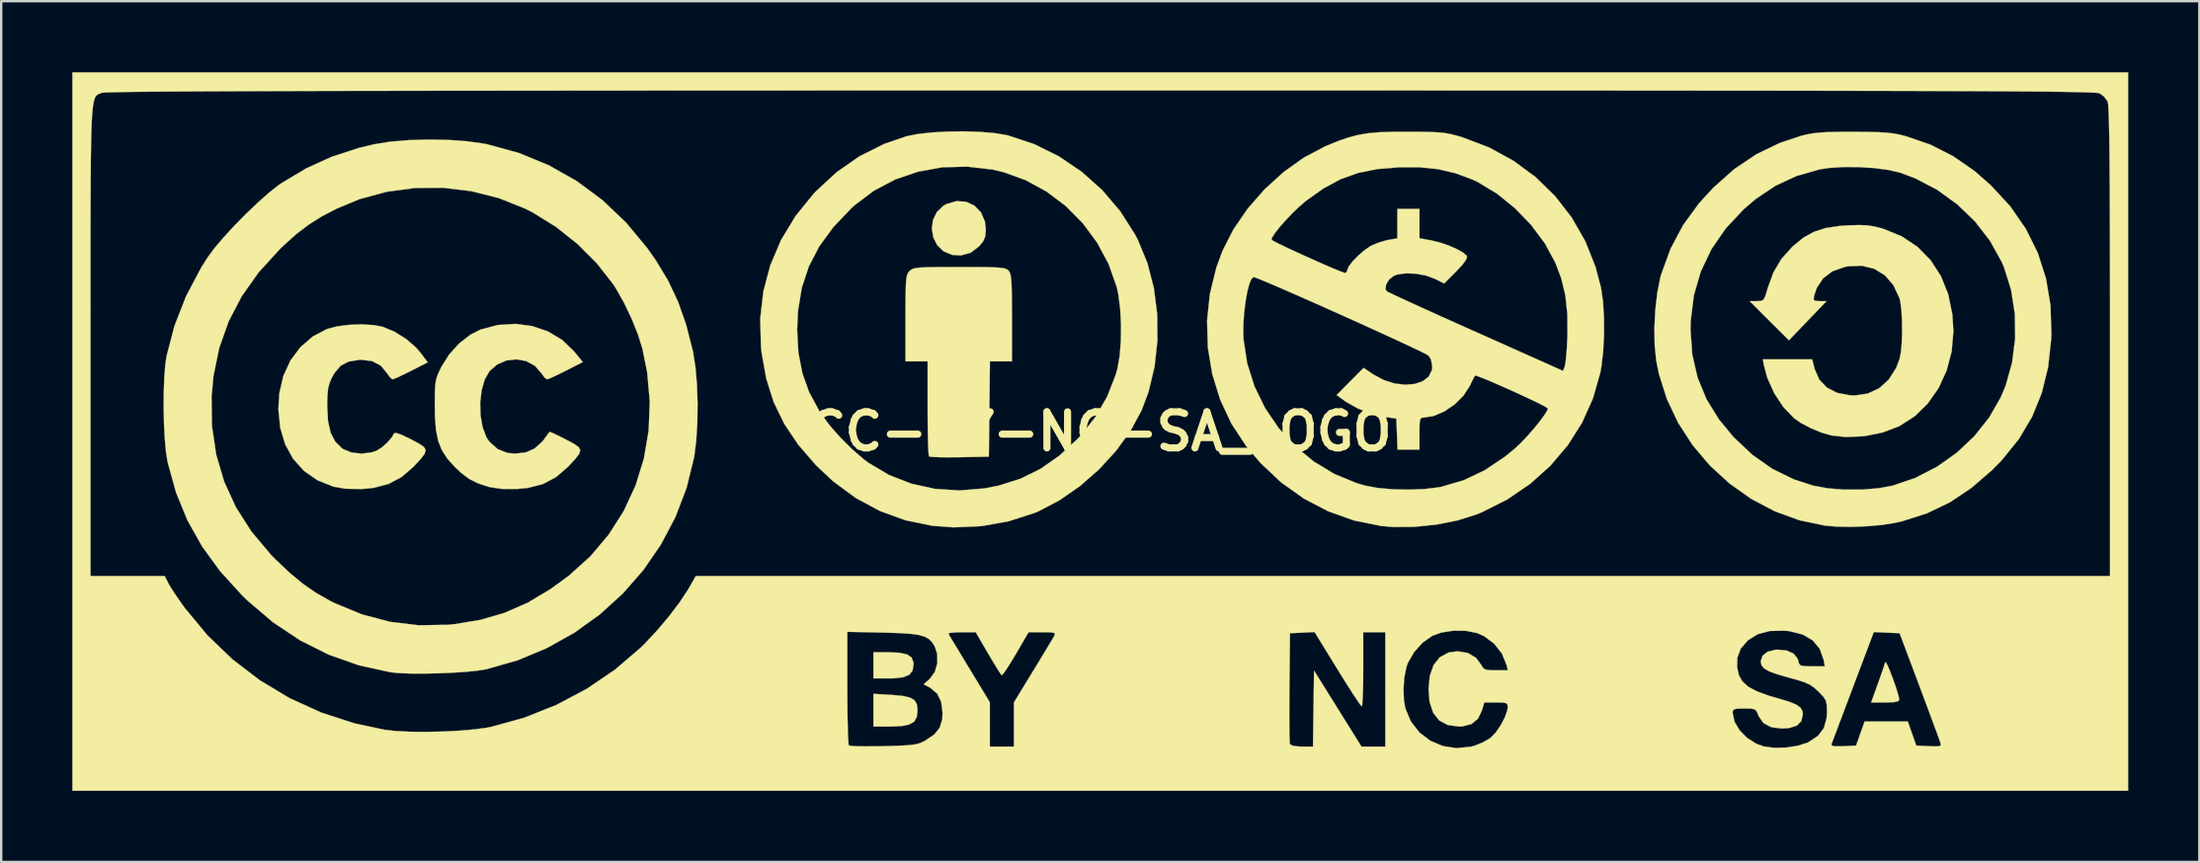
<source format=kicad_pcb>
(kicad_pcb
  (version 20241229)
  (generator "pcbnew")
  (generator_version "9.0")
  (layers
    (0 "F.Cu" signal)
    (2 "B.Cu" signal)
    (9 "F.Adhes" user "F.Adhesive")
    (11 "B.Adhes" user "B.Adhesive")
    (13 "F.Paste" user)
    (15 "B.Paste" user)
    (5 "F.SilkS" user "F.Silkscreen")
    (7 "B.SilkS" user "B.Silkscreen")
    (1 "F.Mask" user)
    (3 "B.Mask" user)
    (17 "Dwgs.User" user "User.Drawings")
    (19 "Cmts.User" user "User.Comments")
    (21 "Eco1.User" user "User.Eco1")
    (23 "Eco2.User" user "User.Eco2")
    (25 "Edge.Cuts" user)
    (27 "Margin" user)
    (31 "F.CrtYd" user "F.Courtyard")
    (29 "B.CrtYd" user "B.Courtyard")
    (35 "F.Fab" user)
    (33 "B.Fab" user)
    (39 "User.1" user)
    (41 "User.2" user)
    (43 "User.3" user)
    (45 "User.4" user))
  (footprint "CC-BY-NC-SA_LOGO"
    (layer "F.Cu")
    (at 43.354 15.16)
    (property "Reference" "CC-BY-NC-SA_LOGO" (at 0 0 0) (layer "F.SilkS") (effects (font (size 1.524 1.524) (thickness 0.3))))
    (attr through_hole)
    (fp_poly (pts (xy -8.452 9.335) (xy -8.141 9.407) (xy -7.956 9.538) (xy -7.879 9.738) (xy -7.874 9.826) (xy -7.916 10.085) (xy -8.053 10.262) (xy -8.307 10.366) (xy -8.697 10.411) (xy -8.89 10.414) (xy -9.567 10.414) (xy -9.567 9.313) (xy -8.909 9.313) (xy -8.452 9.335)) (stroke (width 0.01) (type solid)) (fill yes) (layer "F.SilkS"))
    (fp_poly (pts (xy -8.802 11.111) (xy -8.342 11.153) (xy -8.026 11.225) (xy -7.831 11.341) (xy -7.732 11.516) (xy -7.706 11.761) (xy -7.738 12.04) (xy -7.845 12.235) (xy -8.05 12.359) (xy -8.375 12.425) (xy -8.843 12.446) (xy -8.884 12.446) (xy -9.567 12.446) (xy -9.567 11.068) (xy -8.802 11.111)) (stroke (width 0.01) (type solid)) (fill yes) (layer "F.SilkS"))
    (fp_poly (pts (xy 33.136 9.738) (xy 33.203 9.865) (xy 33.297 10.083) (xy 33.403 10.357) (xy 33.51 10.652) (xy 33.603 10.933) (xy 33.67 11.164) (xy 33.697 11.312) (xy 33.697 11.318) (xy 33.646 11.381) (xy 33.476 11.417) (xy 33.164 11.43) (xy 33.106 11.43) (xy 32.514 11.43) (xy 32.81 10.604) (xy 32.932 10.258) (xy 33.031 9.974) (xy 33.092 9.789) (xy 33.107 9.737) (xy 33.136 9.738)) (stroke (width 0.01) (type solid)) (fill yes) (layer "F.SilkS"))
    (fp_poly (pts (xy -5.654 -9.695) (xy -5.304 -9.53) (xy -5.032 -9.248) (xy -4.866 -8.866) (xy -4.826 -8.529) (xy -4.849 -8.241) (xy -4.941 -8.024) (xy -5.101 -7.826) (xy -5.459 -7.55) (xy -5.874 -7.432) (xy -6.248 -7.456) (xy -6.611 -7.608) (xy -6.877 -7.866) (xy -7.042 -8.196) (xy -7.102 -8.561) (xy -7.053 -8.929) (xy -6.891 -9.263) (xy -6.613 -9.529) (xy -6.484 -9.601) (xy -6.056 -9.724) (xy -5.654 -9.695)) (stroke (width 0.01) (type solid)) (fill yes) (layer "F.SilkS"))
    (fp_poly (pts (xy -5.314 -6.942) (xy -4.836 -6.938) (xy -4.483 -6.929) (xy -4.234 -6.914) (xy -4.067 -6.891) (xy -3.961 -6.858) (xy -3.892 -6.814) (xy -3.865 -6.788) (xy -3.819 -6.717) (xy -3.783 -6.607) (xy -3.758 -6.435) (xy -3.741 -6.179) (xy -3.731 -5.817) (xy -3.726 -5.327) (xy -3.725 -4.798) (xy -3.725 -2.963) (xy -4.654 -2.963) (xy -4.699 1.058) (xy -5.932 1.082) (xy -6.372 1.086) (xy -6.752 1.083) (xy -7.038 1.072) (xy -7.2 1.055) (xy -7.223 1.046) (xy -7.239 0.949) (xy -7.254 0.706) (xy -7.266 0.342) (xy -7.275 -0.117) (xy -7.28 -0.648) (xy -7.281 -0.988) (xy -7.281 -2.963) (xy -8.213 -2.963) (xy -8.213 -4.784) (xy -8.212 -5.387) (xy -8.208 -5.843) (xy -8.199 -6.177) (xy -8.183 -6.41) (xy -8.158 -6.567) (xy -8.122 -6.67) (xy -8.073 -6.742) (xy -8.043 -6.773) (xy -7.98 -6.828) (xy -7.898 -6.869) (xy -7.774 -6.899) (xy -7.588 -6.92) (xy -7.316 -6.933) (xy -6.936 -6.94) (xy -6.427 -6.942) (xy -5.94 -6.943) (xy -5.314 -6.942)) (stroke (width 0.01) (type solid)) (fill yes) (layer "F.SilkS"))
    (fp_poly (pts (xy -30.632 -4.492) (xy -30.268 -4.422) (xy -29.767 -4.214) (xy -29.271 -3.904) (xy -28.848 -3.535) (xy -28.685 -3.345) (xy -28.366 -2.922) (xy -29.063 -2.566) (xy -29.378 -2.409) (xy -29.639 -2.287) (xy -29.808 -2.216) (xy -29.845 -2.206) (xy -29.94 -2.27) (xy -30.059 -2.431) (xy -30.073 -2.454) (xy -30.345 -2.783) (xy -30.71 -2.975) (xy -31.174 -3.03) (xy -31.264 -3.026) (xy -31.706 -2.952) (xy -32.036 -2.778) (xy -32.295 -2.476) (xy -32.41 -2.271) (xy -32.505 -2.053) (xy -32.564 -1.827) (xy -32.594 -1.544) (xy -32.604 -1.153) (xy -32.604 -1.058) (xy -32.57 -0.439) (xy -32.461 0.046) (xy -32.27 0.418) (xy -31.989 0.698) (xy -31.928 0.741) (xy -31.58 0.885) (xy -31.157 0.932) (xy -30.728 0.879) (xy -30.537 0.816) (xy -30.303 0.672) (xy -30.059 0.456) (xy -29.864 0.222) (xy -29.785 0.075) (xy -29.695 0.059) (xy -29.47 0.136) (xy -29.115 0.305) (xy -29.059 0.334) (xy -28.729 0.51) (xy -28.526 0.648) (xy -28.449 0.78) (xy -28.494 0.938) (xy -28.66 1.154) (xy -28.943 1.46) (xy -28.971 1.49) (xy -29.468 1.92) (xy -30.024 2.213) (xy -30.666 2.379) (xy -31.151 2.424) (xy -31.828 2.413) (xy -32.341 2.325) (xy -33.016 2.055) (xy -33.584 1.659) (xy -34.041 1.15) (xy -34.377 0.539) (xy -34.586 -0.161) (xy -34.663 -0.939) (xy -34.622 -1.616) (xy -34.455 -2.342) (xy -34.155 -2.997) (xy -33.735 -3.56) (xy -33.212 -4.012) (xy -32.621 -4.324) (xy -32.204 -4.436) (xy -31.689 -4.503) (xy -31.143 -4.523) (xy -30.632 -4.492)) (stroke (width 0.01) (type solid)) (fill yes) (layer "F.SilkS"))
    (fp_poly (pts (xy -23.96 -4.452) (xy -23.293 -4.225) (xy -22.697 -3.868) (xy -22.198 -3.389) (xy -22.194 -3.385) (xy -21.824 -2.933) (xy -22.533 -2.571) (xy -22.851 -2.413) (xy -23.115 -2.289) (xy -23.288 -2.217) (xy -23.329 -2.206) (xy -23.426 -2.269) (xy -23.55 -2.43) (xy -23.57 -2.462) (xy -23.846 -2.777) (xy -24.207 -2.973) (xy -24.617 -3.049) (xy -25.038 -3.003) (xy -25.435 -2.833) (xy -25.756 -2.554) (xy -25.961 -2.2) (xy -26.093 -1.739) (xy -26.152 -1.219) (xy -26.138 -0.686) (xy -26.051 -0.185) (xy -25.892 0.236) (xy -25.763 0.429) (xy -25.412 0.742) (xy -25.002 0.902) (xy -24.682 0.931) (xy -24.235 0.881) (xy -23.859 0.716) (xy -23.524 0.418) (xy -23.23 0.014) (xy -23.152 0.037) (xy -22.959 0.124) (xy -22.686 0.259) (xy -22.529 0.34) (xy -22.204 0.513) (xy -22.004 0.65) (xy -21.929 0.782) (xy -21.976 0.94) (xy -22.142 1.156) (xy -22.426 1.463) (xy -22.452 1.49) (xy -22.949 1.92) (xy -23.504 2.213) (xy -24.146 2.379) (xy -24.632 2.424) (xy -25.25 2.418) (xy -25.75 2.344) (xy -25.804 2.329) (xy -26.26 2.178) (xy -26.624 1.993) (xy -26.965 1.735) (xy -27.223 1.49) (xy -27.539 1.138) (xy -27.768 0.785) (xy -27.924 0.393) (xy -28.017 -0.073) (xy -28.06 -0.648) (xy -28.066 -1.06) (xy -28.065 -1.515) (xy -28.055 -1.843) (xy -28.031 -2.085) (xy -27.984 -2.282) (xy -27.908 -2.477) (xy -27.797 -2.711) (xy -27.79 -2.726) (xy -27.46 -3.253) (xy -27.035 -3.722) (xy -26.553 -4.095) (xy -26.139 -4.303) (xy -25.409 -4.497) (xy -24.674 -4.545) (xy -23.96 -4.452)) (stroke (width 0.01) (type solid)) (fill yes) (layer "F.SilkS"))
    (fp_poly (pts (xy 32.352 -8.7) (xy 32.657 -8.653) (xy 32.985 -8.568) (xy 33.031 -8.554) (xy 33.802 -8.237) (xy 34.468 -7.793) (xy 35.021 -7.231) (xy 35.455 -6.561) (xy 35.763 -5.792) (xy 35.939 -4.935) (xy 35.981 -4.233) (xy 35.908 -3.382) (xy 35.696 -2.576) (xy 35.358 -1.838) (xy 34.905 -1.187) (xy 34.348 -0.644) (xy 33.7 -0.23) (xy 33.679 -0.22) (xy 32.981 0.043) (xy 32.215 0.196) (xy 31.443 0.231) (xy 30.834 0.163) (xy 30.419 0.045) (xy 29.965 -0.143) (xy 29.545 -0.366) (xy 29.266 -0.56) (xy 28.811 -1.034) (xy 28.424 -1.621) (xy 28.134 -2.267) (xy 27.997 -2.773) (xy 27.944 -3.048) (xy 30.025 -3.048) (xy 30.13 -2.636) (xy 30.324 -2.193) (xy 30.643 -1.857) (xy 31.08 -1.633) (xy 31.622 -1.53) (xy 31.814 -1.524) (xy 32.368 -1.602) (xy 32.854 -1.83) (xy 33.259 -2.197) (xy 33.571 -2.694) (xy 33.716 -3.077) (xy 33.771 -3.364) (xy 33.805 -3.764) (xy 33.819 -4.227) (xy 33.813 -4.701) (xy 33.788 -5.138) (xy 33.743 -5.486) (xy 33.708 -5.63) (xy 33.449 -6.18) (xy 33.09 -6.595) (xy 32.643 -6.87) (xy 32.118 -6.998) (xy 31.527 -6.973) (xy 31.405 -6.949) (xy 30.884 -6.767) (xy 30.489 -6.47) (xy 30.217 -6.058) (xy 30.109 -5.736) (xy 30.086 -5.579) (xy 30.147 -5.515) (xy 30.335 -5.503) (xy 30.342 -5.503) (xy 30.63 -5.503) (xy 29.838 -4.678) (xy 29.046 -3.852) (xy 28.218 -4.678) (xy 27.391 -5.503) (xy 27.694 -5.503) (xy 27.859 -5.51) (xy 27.962 -5.557) (xy 28.036 -5.679) (xy 28.111 -5.914) (xy 28.144 -6.032) (xy 28.39 -6.713) (xy 28.73 -7.287) (xy 29.194 -7.803) (xy 29.224 -7.831) (xy 29.654 -8.181) (xy 30.096 -8.428) (xy 30.591 -8.588) (xy 31.184 -8.677) (xy 31.556 -8.701) (xy 32.006 -8.714) (xy 32.352 -8.7)) (stroke (width 0.01) (type solid)) (fill yes) (layer "F.SilkS"))
    (fp_poly (pts (xy -5.072 -12.645) (xy -4.462 -12.594) (xy -3.964 -12.513) (xy -3.895 -12.496) (xy -2.786 -12.129) (xy -1.742 -11.612) (xy -0.778 -10.958) (xy 0.09 -10.181) (xy 0.846 -9.291) (xy 1.474 -8.303) (xy 1.587 -8.086) (xy 1.988 -7.11) (xy 2.26 -6.056) (xy 2.401 -4.955) (xy 2.411 -3.837) (xy 2.289 -2.733) (xy 2.035 -1.674) (xy 1.743 -0.896) (xy 1.278 -0.032) (xy 0.671 0.806) (xy -0.049 1.592) (xy -0.854 2.298) (xy -1.717 2.898) (xy -2.608 3.365) (xy -2.769 3.432) (xy -3.866 3.786) (xy -5.017 3.991) (xy -6.189 4.042) (xy -7.091 3.974) (xy -8.215 3.743) (xy -9.289 3.353) (xy -10.307 2.806) (xy -11.26 2.106) (xy -11.984 1.426) (xy -12.734 0.559) (xy -13.326 -0.324) (xy -13.774 -1.247) (xy -14.088 -2.237) (xy -14.281 -3.32) (xy -14.309 -3.578) (xy -14.328 -4.294) (xy -12.785 -4.294) (xy -12.732 -3.334) (xy -12.567 -2.47) (xy -12.279 -1.664) (xy -11.854 -0.877) (xy -11.73 -0.684) (xy -11.386 -0.227) (xy -10.947 0.266) (xy -10.466 0.745) (xy -9.991 1.157) (xy -9.781 1.315) (xy -8.913 1.83) (xy -7.971 2.199) (xy -6.973 2.418) (xy -5.937 2.486) (xy -4.88 2.398) (xy -4.279 2.279) (xy -3.367 1.99) (xy -2.527 1.578) (xy -1.736 1.026) (xy -0.97 0.322) (xy -0.816 0.16) (xy -0.209 -0.607) (xy 0.287 -1.466) (xy 0.646 -2.374) (xy 0.728 -2.667) (xy 0.82 -3.196) (xy 0.869 -3.83) (xy 0.876 -4.512) (xy 0.84 -5.185) (xy 0.762 -5.79) (xy 0.693 -6.108) (xy 0.351 -7.074) (xy -0.132 -7.974) (xy -0.739 -8.793) (xy -1.455 -9.516) (xy -2.263 -10.126) (xy -3.146 -10.609) (xy -4.089 -10.949) (xy -4.54 -11.054) (xy -5.615 -11.18) (xy -6.67 -11.15) (xy -7.688 -10.966) (xy -8.655 -10.635) (xy -9.553 -10.16) (xy -10.368 -9.545) (xy -10.493 -9.43) (xy -11.251 -8.635) (xy -11.847 -7.822) (xy -12.29 -6.972) (xy -12.588 -6.067) (xy -12.749 -5.09) (xy -12.785 -4.294) (xy -14.328 -4.294) (xy -14.341 -4.762) (xy -14.208 -5.915) (xy -13.913 -7.026) (xy -13.459 -8.09) (xy -12.849 -9.096) (xy -12.087 -10.037) (xy -12.002 -10.128) (xy -11.114 -10.948) (xy -10.149 -11.619) (xy -9.112 -12.138) (xy -8.17 -12.461) (xy -7.699 -12.555) (xy -7.107 -12.621) (xy -6.441 -12.658) (xy -5.748 -12.667) (xy -5.072 -12.645)) (stroke (width 0.01) (type solid)) (fill yes) (layer "F.SilkS"))
    (fp_poly (pts (xy 31.75 -12.647) (xy 32.343 -12.644) (xy 32.801 -12.633) (xy 33.159 -12.612) (xy 33.453 -12.578) (xy 33.716 -12.529) (xy 33.968 -12.465) (xy 35.009 -12.107) (xy 35.968 -11.622) (xy 36.871 -10.995) (xy 37.563 -10.389) (xy 38.379 -9.503) (xy 39.037 -8.554) (xy 39.539 -7.542) (xy 39.886 -6.464) (xy 40.077 -5.319) (xy 40.114 -4.103) (xy 40.105 -3.902) (xy 39.976 -2.719) (xy 39.709 -1.63) (xy 39.3 -0.624) (xy 38.743 0.315) (xy 38.032 1.197) (xy 37.622 1.615) (xy 36.74 2.378) (xy 35.831 2.985) (xy 34.872 3.447) (xy 33.84 3.778) (xy 33.517 3.853) (xy 32.979 3.939) (xy 32.342 3.995) (xy 31.676 4.02) (xy 31.047 4.01) (xy 30.572 3.969) (xy 29.481 3.74) (xy 28.435 3.357) (xy 27.448 2.836) (xy 26.535 2.189) (xy 25.709 1.431) (xy 24.985 0.575) (xy 24.375 -0.365) (xy 23.896 -1.376) (xy 23.559 -2.444) (xy 23.448 -2.998) (xy 23.384 -3.636) (xy 23.373 -4.3) (xy 24.893 -4.3) (xy 24.968 -3.253) (xy 25.191 -2.279) (xy 25.567 -1.366) (xy 26.102 -0.501) (xy 26.704 0.228) (xy 27.495 0.976) (xy 28.336 1.568) (xy 29.244 2.014) (xy 30.058 2.28) (xy 30.67 2.394) (xy 31.378 2.45) (xy 32.117 2.45) (xy 32.825 2.392) (xy 33.409 2.284) (xy 34.376 1.955) (xy 35.288 1.486) (xy 36.123 0.895) (xy 36.863 0.197) (xy 37.49 -0.591) (xy 37.982 -1.45) (xy 38.186 -1.937) (xy 38.459 -2.915) (xy 38.587 -3.936) (xy 38.573 -4.967) (xy 38.416 -5.975) (xy 38.118 -6.929) (xy 38.018 -7.163) (xy 37.525 -8.05) (xy 36.893 -8.865) (xy 36.144 -9.588) (xy 35.298 -10.201) (xy 34.378 -10.684) (xy 33.74 -10.923) (xy 33.251 -11.038) (xy 32.651 -11.118) (xy 31.995 -11.16) (xy 31.339 -11.163) (xy 30.738 -11.124) (xy 30.338 -11.063) (xy 29.364 -10.784) (xy 28.476 -10.372) (xy 27.645 -9.815) (xy 27.138 -9.381) (xy 26.378 -8.57) (xy 25.774 -7.692) (xy 25.326 -6.75) (xy 25.035 -5.746) (xy 24.902 -4.682) (xy 24.893 -4.3) (xy 23.373 -4.3) (xy 23.372 -4.363) (xy 23.409 -5.12) (xy 23.493 -5.848) (xy 23.618 -6.486) (xy 23.661 -6.64) (xy 24.054 -7.716) (xy 24.578 -8.703) (xy 25.246 -9.623) (xy 25.859 -10.294) (xy 26.74 -11.075) (xy 27.668 -11.7) (xy 28.662 -12.179) (xy 29.506 -12.462) (xy 29.776 -12.531) (xy 30.034 -12.58) (xy 30.316 -12.614) (xy 30.656 -12.635) (xy 31.091 -12.645) (xy 31.654 -12.647) (xy 31.75 -12.647)) (stroke (width 0.01) (type solid)) (fill yes) (layer "F.SilkS"))
    (fp_poly (pts (xy -27.486 -12.305) (xy -26.683 -12.247) (xy -25.979 -12.147) (xy -25.846 -12.12) (xy -24.509 -11.751) (xy -23.252 -11.233) (xy -22.078 -10.569) (xy -20.991 -9.762) (xy -19.996 -8.814) (xy -19.096 -7.728) (xy -18.746 -7.229) (xy -18.225 -6.364) (xy -17.802 -5.466) (xy -17.461 -4.492) (xy -17.184 -3.401) (xy -17.172 -3.344) (xy -17.074 -2.723) (xy -17.011 -1.989) (xy -16.984 -1.193) (xy -16.993 -0.389) (xy -17.039 0.371) (xy -17.122 1.036) (xy -17.133 1.097) (xy -17.45 2.384) (xy -17.92 3.611) (xy -18.531 4.769) (xy -19.272 5.846) (xy -20.135 6.832) (xy -21.108 7.716) (xy -22.181 8.488) (xy -23.343 9.138) (xy -24.585 9.655) (xy -25.896 10.028) (xy -25.908 10.031) (xy -26.271 10.089) (xy -26.761 10.138) (xy -27.334 10.176) (xy -27.947 10.201) (xy -28.559 10.212) (xy -29.127 10.209) (xy -29.607 10.189) (xy -29.928 10.156) (xy -31.266 9.863) (xy -32.54 9.414) (xy -33.748 8.809) (xy -34.891 8.047) (xy -35.968 7.13) (xy -36.199 6.904) (xy -37.12 5.89) (xy -37.883 4.843) (xy -38.498 3.746) (xy -38.976 2.579) (xy -39.325 1.325) (xy -39.337 1.27) (xy -39.405 0.845) (xy -39.455 0.294) (xy -39.487 -0.339) (xy -39.501 -1.012) (xy -39.498 -1.477) (xy -37.482 -1.477) (xy -37.464 -0.224) (xy -37.286 0.973) (xy -36.949 2.115) (xy -36.452 3.199) (xy -35.797 4.224) (xy -34.984 5.19) (xy -34.781 5.398) (xy -34.183 5.964) (xy -33.634 6.42) (xy -33.088 6.799) (xy -32.503 7.132) (xy -32.3 7.235) (xy -31.142 7.715) (xy -29.955 8.028) (xy -28.74 8.174) (xy -27.5 8.153) (xy -27.22 8.125) (xy -26.132 7.944) (xy -25.12 7.647) (xy -24.153 7.223) (xy -23.2 6.657) (xy -22.412 6.082) (xy -21.504 5.262) (xy -20.73 4.347) (xy -20.093 3.346) (xy -19.598 2.273) (xy -19.247 1.139) (xy -19.047 -0.043) (xy -18.999 -1.261) (xy -19.109 -2.504) (xy -19.31 -3.5) (xy -19.498 -4.101) (xy -19.766 -4.767) (xy -20.083 -5.431) (xy -20.421 -6.03) (xy -20.553 -6.233) (xy -21.237 -7.106) (xy -22.052 -7.919) (xy -22.961 -8.641) (xy -23.929 -9.241) (xy -24.257 -9.408) (xy -25.368 -9.852) (xy -26.529 -10.145) (xy -27.719 -10.287) (xy -28.915 -10.278) (xy -30.097 -10.118) (xy -31.243 -9.807) (xy -32.216 -9.402) (xy -32.841 -9.074) (xy -33.38 -8.735) (xy -33.889 -8.348) (xy -34.42 -7.873) (xy -34.619 -7.681) (xy -35.493 -6.723) (xy -36.206 -5.715) (xy -36.761 -4.65) (xy -37.159 -3.526) (xy -37.403 -2.337) (xy -37.482 -1.477) (xy -39.498 -1.477) (xy -39.496 -1.681) (xy -39.473 -2.304) (xy -39.43 -2.836) (xy -39.381 -3.175) (xy -39.046 -4.457) (xy -38.554 -5.716) (xy -37.915 -6.924) (xy -37.635 -7.366) (xy -37.35 -7.75) (xy -36.965 -8.203) (xy -36.512 -8.695) (xy -36.022 -9.192) (xy -35.529 -9.662) (xy -35.065 -10.074) (xy -34.66 -10.394) (xy -34.544 -10.475) (xy -33.498 -11.101) (xy -32.428 -11.59) (xy -31.287 -11.963) (xy -30.627 -12.122) (xy -29.957 -12.23) (xy -29.175 -12.297) (xy -28.334 -12.321) (xy -27.486 -12.305)) (stroke (width 0.01) (type solid)) (fill yes) (layer "F.SilkS"))
    (fp_poly (pts (xy 13.521 -12.648) (xy 13.953 -12.639) (xy 14.287 -12.622) (xy 14.558 -12.593) (xy 14.802 -12.547) (xy 15.052 -12.482) (xy 15.272 -12.416) (xy 16.397 -11.988) (xy 17.43 -11.425) (xy 18.362 -10.737) (xy 19.184 -9.934) (xy 19.885 -9.028) (xy 20.457 -8.029) (xy 20.888 -6.947) (xy 21.118 -6.073) (xy 21.202 -5.494) (xy 21.244 -4.809) (xy 21.247 -4.077) (xy 21.208 -3.357) (xy 21.13 -2.707) (xy 21.092 -2.496) (xy 20.782 -1.405) (xy 20.321 -0.377) (xy 19.719 0.575) (xy 18.985 1.44) (xy 18.131 2.207) (xy 17.165 2.865) (xy 16.097 3.402) (xy 15.875 3.493) (xy 15.076 3.747) (xy 14.182 3.925) (xy 13.254 4.02) (xy 12.352 4.026) (xy 11.845 3.982) (xy 10.706 3.753) (xy 9.616 3.366) (xy 8.586 2.827) (xy 7.627 2.143) (xy 6.752 1.32) (xy 6.159 0.62) (xy 5.536 -0.327) (xy 5.057 -1.348) (xy 4.724 -2.426) (xy 4.539 -3.541) (xy 4.521 -4.139) (xy 6.031 -4.139) (xy 6.042 -3.895) (xy 6.196 -2.88) (xy 6.505 -1.906) (xy 6.953 -0.988) (xy 7.527 -0.143) (xy 8.214 0.612) (xy 9.001 1.261) (xy 9.873 1.789) (xy 10.817 2.178) (xy 11.176 2.282) (xy 11.701 2.379) (xy 12.33 2.436) (xy 13.005 2.451) (xy 13.665 2.425) (xy 14.25 2.356) (xy 14.387 2.33) (xy 15.324 2.055) (xy 16.218 1.63) (xy 17.085 1.048) (xy 17.501 0.705) (xy 17.75 0.468) (xy 18.024 0.178) (xy 18.297 -0.135) (xy 18.543 -0.439) (xy 18.737 -0.704) (xy 18.855 -0.899) (xy 18.878 -0.974) (xy 18.805 -1.028) (xy 18.605 -1.136) (xy 18.307 -1.283) (xy 17.939 -1.458) (xy 17.53 -1.646) (xy 17.108 -1.836) (xy 16.702 -2.015) (xy 16.34 -2.17) (xy 16.05 -2.287) (xy 15.862 -2.354) (xy 15.803 -2.363) (xy 15.754 -2.273) (xy 15.658 -2.08) (xy 15.585 -1.927) (xy 15.319 -1.516) (xy 14.948 -1.148) (xy 14.515 -0.852) (xy 14.062 -0.657) (xy 13.659 -0.593) (xy 13.561 -0.584) (xy 13.503 -0.533) (xy 13.473 -0.407) (xy 13.463 -0.171) (xy 13.462 0.085) (xy 13.462 0.762) (xy 12.538 0.762) (xy 12.488 -0.548) (xy 12.052 -0.611) (xy 11.457 -0.747) (xy 10.871 -0.97) (xy 10.369 -1.252) (xy 10.328 -1.281) (xy 9.969 -1.541) (xy 10.538 -2.114) (xy 11.107 -2.687) (xy 11.522 -2.408) (xy 11.961 -2.171) (xy 12.414 -2.028) (xy 12.856 -1.975) (xy 13.26 -2.008) (xy 13.601 -2.124) (xy 13.852 -2.32) (xy 13.988 -2.591) (xy 14.004 -2.743) (xy 13.946 -3.05) (xy 13.839 -3.209) (xy 13.735 -3.27) (xy 13.496 -3.39) (xy 13.14 -3.56) (xy 12.687 -3.772) (xy 12.155 -4.018) (xy 11.563 -4.289) (xy 10.93 -4.576) (xy 10.274 -4.872) (xy 9.615 -5.167) (xy 8.972 -5.454) (xy 8.363 -5.723) (xy 7.806 -5.967) (xy 7.322 -6.176) (xy 6.929 -6.343) (xy 6.645 -6.459) (xy 6.49 -6.515) (xy 6.469 -6.52) (xy 6.376 -6.44) (xy 6.285 -6.222) (xy 6.2 -5.896) (xy 6.128 -5.494) (xy 6.072 -5.047) (xy 6.038 -4.585) (xy 6.031 -4.139) (xy 4.521 -4.139) (xy 4.505 -4.675) (xy 4.624 -5.81) (xy 4.898 -6.928) (xy 5.152 -7.617) (xy 5.396 -8.097) (xy 7.221 -8.097) (xy 7.302 -8.043) (xy 7.509 -7.936) (xy 7.814 -7.788) (xy 8.189 -7.613) (xy 8.605 -7.422) (xy 9.033 -7.23) (xy 9.443 -7.048) (xy 9.809 -6.891) (xy 10.1 -6.771) (xy 10.288 -6.701) (xy 10.339 -6.689) (xy 10.407 -6.757) (xy 10.414 -6.804) (xy 10.477 -6.962) (xy 10.643 -7.18) (xy 10.874 -7.42) (xy 11.134 -7.645) (xy 11.385 -7.819) (xy 11.466 -7.862) (xy 11.776 -7.985) (xy 12.097 -8.077) (xy 12.187 -8.095) (xy 12.531 -8.15) (xy 12.531 -9.398) (xy 13.462 -9.398) (xy 13.462 -8.158) (xy 13.986 -8.06) (xy 14.344 -7.972) (xy 14.712 -7.844) (xy 15.047 -7.697) (xy 15.309 -7.548) (xy 15.457 -7.416) (xy 15.47 -7.391) (xy 15.435 -7.261) (xy 15.276 -7.042) (xy 15.01 -6.757) (xy 14.503 -6.249) (xy 14.13 -6.439) (xy 13.752 -6.58) (xy 13.319 -6.661) (xy 12.89 -6.678) (xy 12.524 -6.626) (xy 12.378 -6.57) (xy 12.184 -6.416) (xy 12.059 -6.216) (xy 12.028 -6.024) (xy 12.075 -5.925) (xy 12.166 -5.876) (xy 12.396 -5.765) (xy 12.747 -5.601) (xy 13.203 -5.391) (xy 13.749 -5.143) (xy 14.367 -4.863) (xy 15.041 -4.56) (xy 15.409 -4.396) (xy 16.122 -4.077) (xy 16.802 -3.774) (xy 17.429 -3.494) (xy 17.985 -3.245) (xy 18.451 -3.037) (xy 18.808 -2.877) (xy 19.037 -2.775) (xy 19.092 -2.75) (xy 19.516 -2.56) (xy 19.59 -2.74) (xy 19.621 -2.89) (xy 19.652 -3.171) (xy 19.68 -3.546) (xy 19.702 -3.977) (xy 19.705 -4.064) (xy 19.701 -4.96) (xy 19.615 -5.749) (xy 19.439 -6.477) (xy 19.189 -7.135) (xy 18.749 -7.945) (xy 18.171 -8.72) (xy 17.486 -9.429) (xy 16.727 -10.042) (xy 15.924 -10.526) (xy 15.686 -10.638) (xy 14.976 -10.903) (xy 14.247 -11.072) (xy 13.453 -11.152) (xy 12.615 -11.153) (xy 11.688 -11.077) (xy 10.872 -10.913) (xy 10.125 -10.644) (xy 9.406 -10.255) (xy 8.674 -9.733) (xy 8.645 -9.71) (xy 8.377 -9.478) (xy 8.09 -9.2) (xy 7.808 -8.903) (xy 7.556 -8.615) (xy 7.359 -8.364) (xy 7.241 -8.178) (xy 7.221 -8.097) (xy 5.396 -8.097) (xy 5.618 -8.532) (xy 6.221 -9.41) (xy 6.935 -10.226) (xy 7.736 -10.953) (xy 8.595 -11.565) (xy 9.489 -12.036) (xy 9.552 -12.063) (xy 10.051 -12.265) (xy 10.487 -12.415) (xy 10.901 -12.522) (xy 11.333 -12.592) (xy 11.822 -12.632) (xy 12.409 -12.649) (xy 12.954 -12.651) (xy 13.521 -12.648)) (stroke (width 0.01) (type solid)) (fill yes) (layer "F.SilkS"))
    (fp_poly (pts (xy 43.349 15.155) (xy -43.349 15.155) (xy -43.349 -6.712) (xy -42.587 -6.712) (xy -42.587 -5.339) (xy -42.587 -3.814) (xy -42.587 6.096) (xy -39.458 6.096) (xy -39.294 6.419) (xy -39.172 6.626) (xy -38.979 6.921) (xy -38.745 7.257) (xy -38.601 7.456) (xy -37.655 8.597) (xy -36.597 9.613) (xy -35.439 10.499) (xy -34.19 11.248) (xy -32.86 11.854) (xy -31.459 12.311) (xy -30.184 12.583) (xy -29.706 12.637) (xy -29.106 12.666) (xy -28.429 12.672) (xy -27.721 12.657) (xy -27.027 12.622) (xy -26.393 12.567) (xy -25.863 12.495) (xy -25.696 12.463) (xy -24.294 12.075) (xy -22.943 11.537) (xy -21.663 10.859) (xy -21.599 10.815) (xy -10.668 10.815) (xy -10.666 11.432) (xy -10.66 11.994) (xy -10.65 12.478) (xy -10.638 12.862) (xy -10.623 13.124) (xy -10.607 13.242) (xy -10.604 13.245) (xy -10.503 13.265) (xy -10.261 13.278) (xy -9.909 13.284) (xy -9.477 13.282) (xy -9.141 13.276) (xy -8.614 13.261) (xy -8.226 13.243) (xy -7.945 13.22) (xy -7.739 13.185) (xy -7.578 13.136) (xy -7.431 13.067) (xy -7.37 13.034) (xy -6.999 12.78) (xy -6.772 12.499) (xy -6.666 12.151) (xy -6.65 11.868) (xy -6.709 11.401) (xy -6.882 11.052) (xy -7.176 10.807) (xy -7.209 10.789) (xy -7.449 10.664) (xy -7.185 10.428) (xy -6.974 10.136) (xy -6.869 9.763) (xy -6.879 9.369) (xy -6.977 9.075) (xy -7.088 8.892) (xy -7.224 8.753) (xy -7.409 8.651) (xy -7.666 8.579) (xy -8.019 8.531) (xy -8.095 8.527) (xy -6.408 8.527) (xy -6.407 8.53) (xy -6.354 8.619) (xy -6.227 8.83) (xy -6.04 9.139) (xy -5.808 9.523) (xy -5.544 9.959) (xy -5.513 10.009) (xy -4.657 11.425) (xy -4.657 13.293) (xy -3.641 13.293) (xy -3.641 11.958) (xy 7.973 11.958) (xy 7.975 12.438) (xy 7.979 12.818) (xy 7.987 13.075) (xy 7.997 13.185) (xy 7.997 13.186) (xy 8.11 13.255) (xy 8.371 13.29) (xy 8.505 13.293) (xy 8.971 13.293) (xy 9.017 10.088) (xy 10.017 11.69) (xy 11.017 13.293) (xy 12.023 13.293) (xy 12.023 10.872) (xy 12.789 10.872) (xy 12.809 11.355) (xy 12.869 11.687) (xy 13.104 12.24) (xy 13.463 12.698) (xy 13.919 13.045) (xy 14.449 13.27) (xy 15.027 13.359) (xy 15.629 13.298) (xy 15.781 13.257) (xy 16.091 13.135) (xy 16.386 12.974) (xy 16.463 12.921) (xy 16.673 12.706) (xy 16.881 12.404) (xy 17.057 12.074) (xy 17.131 11.869) (xy 26.67 11.869) (xy 26.748 12.238) (xy 26.962 12.601) (xy 27.278 12.924) (xy 27.667 13.171) (xy 27.982 13.286) (xy 28.422 13.345) (xy 28.922 13.334) (xy 29.413 13.259) (xy 29.627 13.191) (xy 30.839 13.191) (xy 30.855 13.251) (xy 30.979 13.279) (xy 31.238 13.28) (xy 31.337 13.276) (xy 31.877 13.25) (xy 32.237 12.234) (xy 34.057 12.234) (xy 34.237 12.742) (xy 34.417 13.25) (xy 34.953 13.276) (xy 35.243 13.286) (xy 35.397 13.275) (xy 35.451 13.231) (xy 35.439 13.142) (xy 35.43 13.113) (xy 35.385 12.987) (xy 35.289 12.724) (xy 35.15 12.348) (xy 34.977 11.881) (xy 34.777 11.345) (xy 34.559 10.762) (xy 34.542 10.717) (xy 33.714 8.509) (xy 33.169 8.484) (xy 32.624 8.46) (xy 31.752 10.77) (xy 31.528 11.364) (xy 31.323 11.908) (xy 31.143 12.383) (xy 30.999 12.767) (xy 30.896 13.039) (xy 30.843 13.18) (xy 30.839 13.191) (xy 29.627 13.191) (xy 29.824 13.129) (xy 29.881 13.101) (xy 30.274 12.835) (xy 30.52 12.507) (xy 30.635 12.087) (xy 30.649 11.83) (xy 30.641 11.537) (xy 30.598 11.343) (xy 30.488 11.175) (xy 30.29 10.969) (xy 30.106 10.803) (xy 29.924 10.679) (xy 29.698 10.576) (xy 29.386 10.476) (xy 29.041 10.381) (xy 28.557 10.243) (xy 28.218 10.119) (xy 28.003 9.995) (xy 27.889 9.859) (xy 27.855 9.699) (xy 27.855 9.694) (xy 27.932 9.458) (xy 28.147 9.29) (xy 28.477 9.207) (xy 28.555 9.202) (xy 28.951 9.238) (xy 29.246 9.372) (xy 29.415 9.591) (xy 29.438 9.669) (xy 29.473 9.798) (xy 29.541 9.869) (xy 29.684 9.899) (xy 29.945 9.906) (xy 30.023 9.906) (xy 30.56 9.906) (xy 30.509 9.631) (xy 30.346 9.17) (xy 30.052 8.814) (xy 29.629 8.564) (xy 29.082 8.424) (xy 28.871 8.402) (xy 28.248 8.414) (xy 27.734 8.547) (xy 27.32 8.804) (xy 27.314 8.809) (xy 27.012 9.157) (xy 26.867 9.546) (xy 26.861 9.956) (xy 26.933 10.278) (xy 27.081 10.542) (xy 27.326 10.764) (xy 27.688 10.959) (xy 28.185 11.141) (xy 28.59 11.259) (xy 29.039 11.393) (xy 29.345 11.517) (xy 29.529 11.645) (xy 29.616 11.791) (xy 29.632 11.919) (xy 29.569 12.212) (xy 29.378 12.407) (xy 29.053 12.51) (xy 28.746 12.531) (xy 28.297 12.473) (xy 27.972 12.299) (xy 27.771 12.011) (xy 27.759 11.981) (xy 27.691 11.814) (xy 27.608 11.726) (xy 27.461 11.69) (xy 27.199 11.684) (xy 27.161 11.684) (xy 26.884 11.69) (xy 26.737 11.717) (xy 26.679 11.782) (xy 26.67 11.869) (xy 17.131 11.869) (xy 17.166 11.771) (xy 17.187 11.625) (xy 17.174 11.516) (xy 17.106 11.457) (xy 16.945 11.434) (xy 16.693 11.43) (xy 16.198 11.43) (xy 16.098 11.764) (xy 15.926 12.119) (xy 15.658 12.341) (xy 15.279 12.439) (xy 15.123 12.446) (xy 14.654 12.381) (xy 14.293 12.186) (xy 14.038 11.861) (xy 13.889 11.404) (xy 13.845 10.88) (xy 13.899 10.307) (xy 14.059 9.852) (xy 14.32 9.524) (xy 14.677 9.328) (xy 15.071 9.271) (xy 15.505 9.342) (xy 15.849 9.549) (xy 16.07 9.85) (xy 16.148 9.977) (xy 16.255 10.044) (xy 16.44 10.071) (xy 16.686 10.075) (xy 17.191 10.075) (xy 17.135 9.842) (xy 16.938 9.364) (xy 16.61 8.947) (xy 16.184 8.629) (xy 15.89 8.5) (xy 15.419 8.407) (xy 14.893 8.402) (xy 14.383 8.482) (xy 14 8.62) (xy 13.592 8.909) (xy 13.233 9.309) (xy 12.973 9.762) (xy 12.91 9.939) (xy 12.823 10.374) (xy 12.789 10.872) (xy 12.023 10.872) (xy 12.023 8.467) (xy 11.091 8.467) (xy 11.091 10.033) (xy 11.088 10.527) (xy 11.079 10.956) (xy 11.065 11.295) (xy 11.048 11.516) (xy 11.028 11.595) (xy 10.967 11.525) (xy 10.832 11.331) (xy 10.636 11.034) (xy 10.394 10.655) (xy 10.119 10.215) (xy 10.002 10.025) (xy 9.039 8.459) (xy 8.001 8.509) (xy 7.978 10.794) (xy 7.974 11.403) (xy 7.973 11.958) (xy -3.641 11.958) (xy -3.641 11.43) (xy -2.831 10.102) (xy -2.567 9.669) (xy -2.33 9.277) (xy -2.136 8.954) (xy -1.999 8.725) (xy -1.939 8.62) (xy -1.91 8.54) (xy -1.951 8.494) (xy -2.093 8.472) (xy -2.367 8.467) (xy -2.44 8.467) (xy -3.024 8.467) (xy -3.563 9.391) (xy -3.771 9.737) (xy -3.95 10.018) (xy -4.084 10.209) (xy -4.155 10.282) (xy -4.158 10.281) (xy -4.22 10.199) (xy -4.348 9.999) (xy -4.523 9.712) (xy -4.727 9.367) (xy -4.733 9.357) (xy -5.252 8.467) (xy -5.848 8.467) (xy -6.135 8.475) (xy -6.335 8.496) (xy -6.408 8.527) (xy -8.095 8.527) (xy -8.492 8.502) (xy -9.108 8.483) (xy -9.165 8.482) (xy -10.668 8.45) (xy -10.668 10.815) (xy -21.599 10.815) (xy -20.472 10.051) (xy -19.389 9.124) (xy -19.189 8.926) (xy -18.678 8.379) (xy -18.183 7.79) (xy -17.74 7.204) (xy -17.384 6.667) (xy -17.301 6.524) (xy -17.06 6.096) (xy 42.587 6.096) (xy 42.587 -3.806) (xy 42.587 -5.406) (xy 42.586 -6.843) (xy 42.583 -8.125) (xy 42.58 -9.259) (xy 42.576 -10.25) (xy 42.57 -11.107) (xy 42.563 -11.836) (xy 42.555 -12.444) (xy 42.545 -12.938) (xy 42.535 -13.325) (xy 42.522 -13.611) (xy 42.508 -13.805) (xy 42.492 -13.911) (xy 42.486 -13.93) (xy 42.335 -14.134) (xy 42.152 -14.273) (xy 42.117 -14.282) (xy 42.046 -14.291) (xy 41.936 -14.299) (xy 41.781 -14.307) (xy 41.578 -14.314) (xy 41.323 -14.321) (xy 41.01 -14.328) (xy 40.637 -14.334) (xy 40.198 -14.34) (xy 39.691 -14.346) (xy 39.109 -14.351) (xy 38.45 -14.355) (xy 37.709 -14.36) (xy 36.881 -14.364) (xy 35.963 -14.367) (xy 34.951 -14.371) (xy 33.839 -14.374) (xy 32.625 -14.377) (xy 31.303 -14.379) (xy 29.87 -14.382) (xy 28.321 -14.384) (xy 26.652 -14.385) (xy 24.86 -14.387) (xy 22.939 -14.388) (xy 20.885 -14.39) (xy 18.695 -14.391) (xy 16.363 -14.391) (xy 13.887 -14.392) (xy 11.261 -14.393) (xy 8.482 -14.393) (xy 5.545 -14.393) (xy 2.446 -14.393) (xy 0.008 -14.393) (xy -3.328 -14.393) (xy -6.499 -14.393) (xy -9.508 -14.393) (xy -12.357 -14.392) (xy -15.051 -14.391) (xy -17.593 -14.39) (xy -19.987 -14.389) (xy -22.236 -14.387) (xy -24.343 -14.385) (xy -26.312 -14.383) (xy -28.146 -14.381) (xy -29.85 -14.378) (xy -31.426 -14.376) (xy -32.877 -14.373) (xy -34.208 -14.369) (xy -35.422 -14.365) (xy -36.522 -14.361) (xy -37.512 -14.357) (xy -38.395 -14.353) (xy -39.175 -14.348) (xy -39.855 -14.342) (xy -40.439 -14.337) (xy -40.93 -14.331) (xy -41.332 -14.324) (xy -41.647 -14.318) (xy -41.881 -14.31) (xy -42.035 -14.303) (xy -42.114 -14.295) (xy -42.124 -14.292) (xy -42.193 -14.263) (xy -42.255 -14.236) (xy -42.31 -14.202) (xy -42.359 -14.151) (xy -42.402 -14.076) (xy -42.438 -13.967) (xy -42.47 -13.814) (xy -42.497 -13.609) (xy -42.52 -13.344) (xy -42.538 -13.008) (xy -42.553 -12.593) (xy -42.564 -12.089) (xy -42.573 -11.489) (xy -42.579 -10.782) (xy -42.583 -9.96) (xy -42.586 -9.014) (xy -42.587 -7.934) (xy -42.587 -6.712) (xy -43.349 -6.712) (xy -43.349 -15.155) (xy 43.349 -15.155) (xy 43.349 15.155)) (stroke (width 0.01) (type solid)) (fill yes) (layer "F.SilkS")))
  (gr_rect
    (start -3 -3)
    (end 89.709 33.321)
    (stroke (width 0.1) (type default))
    (fill no)
    (layer "Edge.Cuts")))
</source>
